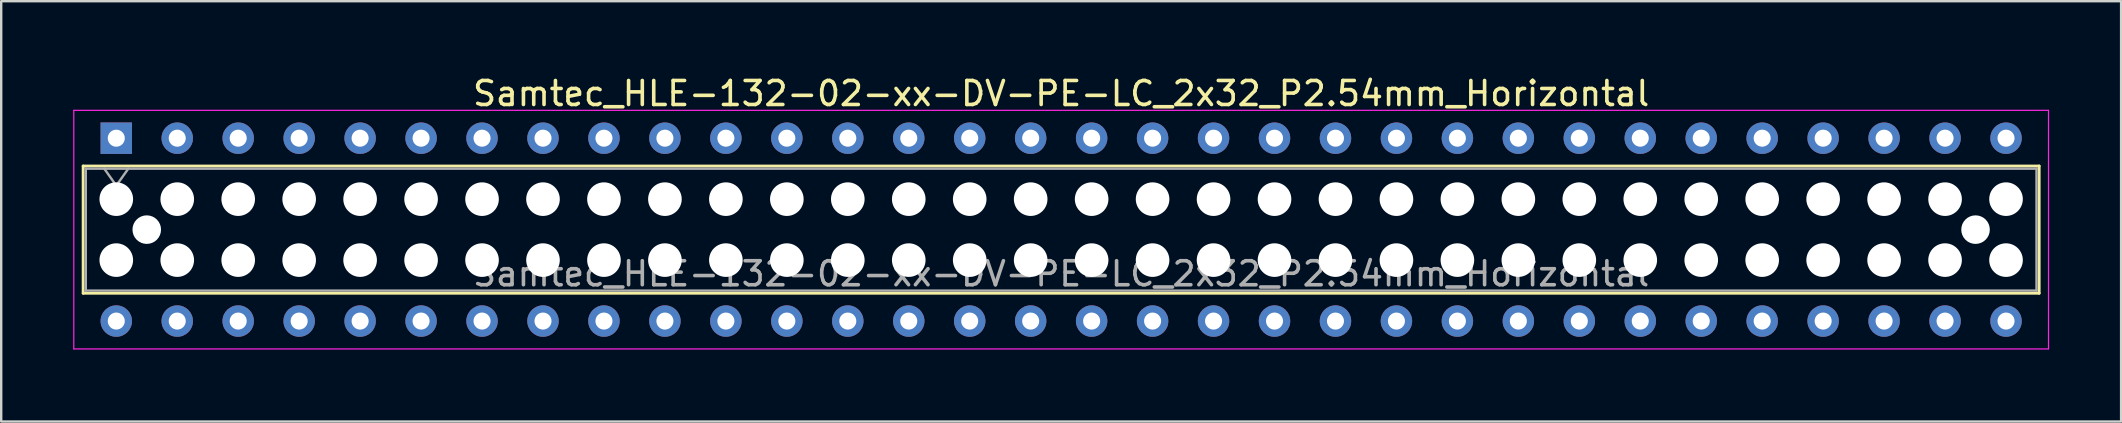
<source format=kicad_pcb>
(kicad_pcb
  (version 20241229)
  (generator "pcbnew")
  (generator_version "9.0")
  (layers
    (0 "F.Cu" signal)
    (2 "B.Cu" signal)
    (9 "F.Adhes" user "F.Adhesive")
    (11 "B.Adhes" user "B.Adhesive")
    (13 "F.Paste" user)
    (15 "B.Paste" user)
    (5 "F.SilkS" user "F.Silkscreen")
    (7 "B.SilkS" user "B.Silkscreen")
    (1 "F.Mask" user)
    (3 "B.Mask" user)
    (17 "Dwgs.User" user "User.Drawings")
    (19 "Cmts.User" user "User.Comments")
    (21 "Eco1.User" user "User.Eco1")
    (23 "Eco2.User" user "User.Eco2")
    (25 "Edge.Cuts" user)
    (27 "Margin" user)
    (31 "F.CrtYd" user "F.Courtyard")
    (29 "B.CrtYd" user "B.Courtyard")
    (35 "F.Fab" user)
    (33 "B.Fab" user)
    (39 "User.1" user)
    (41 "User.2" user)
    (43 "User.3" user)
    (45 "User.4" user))
  (footprint "Samtec_HLE-132-02-xx-DV-PE-LC_2x32_P2.54mm_Horizontal"
    (layer "F.Cu")
    (at 1.795 2.708)
    (property "Reference" "Samtec_HLE-132-02-xx-DV-PE-LC_2x32_P2.54mm_Horizontal" (at 39.37 -1.86 0) (layer "F.SilkS") (effects (font (size 1 1) (thickness 0.15))))
    (attr through_hole)
    (fp_line (start -1.38 1.16) (end 80.12 1.16) (stroke (width 0.12) (type solid)) (layer "F.SilkS"))
    (fp_line (start -1.38 6.46) (end -1.38 1.16) (stroke (width 0.12) (type solid)) (layer "F.SilkS"))
    (fp_line (start 80.12 1.16) (end 80.12 6.46) (stroke (width 0.12) (type solid)) (layer "F.SilkS"))
    (fp_line (start 80.12 6.46) (end -1.38 6.46) (stroke (width 0.12) (type solid)) (layer "F.SilkS"))
    (fp_line (start -1.77 -1.16) (end 80.51 -1.16) (stroke (width 0.05) (type solid)) (layer "F.CrtYd"))
    (fp_line (start -1.77 8.78) (end -1.77 -1.16) (stroke (width 0.05) (type solid)) (layer "F.CrtYd"))
    (fp_line (start 80.51 -1.16) (end 80.51 8.78) (stroke (width 0.05) (type solid)) (layer "F.CrtYd"))
    (fp_line (start 80.51 8.78) (end -1.77 8.78) (stroke (width 0.05) (type solid)) (layer "F.CrtYd"))
    (fp_line (start -1.27 1.27) (end 80.01 1.27) (stroke (width 0.1) (type solid)) (layer "F.Fab"))
    (fp_line (start -1.27 6.35) (end -1.27 1.27) (stroke (width 0.1) (type solid)) (layer "F.Fab"))
    (fp_line (start -0.5 1.27) (end 0 1.977) (stroke (width 0.1) (type solid)) (layer "F.Fab"))
    (fp_line (start 0 1.977) (end 0.5 1.27) (stroke (width 0.1) (type solid)) (layer "F.Fab"))
    (fp_line (start 80.01 1.27) (end 80.01 6.35) (stroke (width 0.1) (type solid)) (layer "F.Fab"))
    (fp_line (start 80.01 6.35) (end -1.27 6.35) (stroke (width 0.1) (type solid)) (layer "F.Fab"))
    (fp_text user "${REFERENCE}" (at 39.37 5.65 0) (layer "F.Fab") (effects (font (size 1 1) (thickness 0.15))))
    (pad "" np_thru_hole circle (at 0 2.54) (size 1.4 1.4) (drill 1.4) (layers "*.Cu" "*.Mask"))
    (pad "" np_thru_hole circle (at 0 5.08) (size 1.4 1.4) (drill 1.4) (layers "*.Cu" "*.Mask"))
    (pad "" np_thru_hole circle (at 1.27 3.81) (size 1.19 1.19) (drill 1.19) (layers "*.Cu" "*.Mask"))
    (pad "" np_thru_hole circle (at 2.54 2.54) (size 1.4 1.4) (drill 1.4) (layers "*.Cu" "*.Mask"))
    (pad "" np_thru_hole circle (at 2.54 5.08) (size 1.4 1.4) (drill 1.4) (layers "*.Cu" "*.Mask"))
    (pad "" np_thru_hole circle (at 5.08 2.54) (size 1.4 1.4) (drill 1.4) (layers "*.Cu" "*.Mask"))
    (pad "" np_thru_hole circle (at 5.08 5.08) (size 1.4 1.4) (drill 1.4) (layers "*.Cu" "*.Mask"))
    (pad "" np_thru_hole circle (at 7.62 2.54) (size 1.4 1.4) (drill 1.4) (layers "*.Cu" "*.Mask"))
    (pad "" np_thru_hole circle (at 7.62 5.08) (size 1.4 1.4) (drill 1.4) (layers "*.Cu" "*.Mask"))
    (pad "" np_thru_hole circle (at 10.16 2.54) (size 1.4 1.4) (drill 1.4) (layers "*.Cu" "*.Mask"))
    (pad "" np_thru_hole circle (at 10.16 5.08) (size 1.4 1.4) (drill 1.4) (layers "*.Cu" "*.Mask"))
    (pad "" np_thru_hole circle (at 12.7 2.54) (size 1.4 1.4) (drill 1.4) (layers "*.Cu" "*.Mask"))
    (pad "" np_thru_hole circle (at 12.7 5.08) (size 1.4 1.4) (drill 1.4) (layers "*.Cu" "*.Mask"))
    (pad "" np_thru_hole circle (at 15.24 2.54) (size 1.4 1.4) (drill 1.4) (layers "*.Cu" "*.Mask"))
    (pad "" np_thru_hole circle (at 15.24 5.08) (size 1.4 1.4) (drill 1.4) (layers "*.Cu" "*.Mask"))
    (pad "" np_thru_hole circle (at 17.78 2.54) (size 1.4 1.4) (drill 1.4) (layers "*.Cu" "*.Mask"))
    (pad "" np_thru_hole circle (at 17.78 5.08) (size 1.4 1.4) (drill 1.4) (layers "*.Cu" "*.Mask"))
    (pad "" np_thru_hole circle (at 20.32 2.54) (size 1.4 1.4) (drill 1.4) (layers "*.Cu" "*.Mask"))
    (pad "" np_thru_hole circle (at 20.32 5.08) (size 1.4 1.4) (drill 1.4) (layers "*.Cu" "*.Mask"))
    (pad "" np_thru_hole circle (at 22.86 2.54) (size 1.4 1.4) (drill 1.4) (layers "*.Cu" "*.Mask"))
    (pad "" np_thru_hole circle (at 22.86 5.08) (size 1.4 1.4) (drill 1.4) (layers "*.Cu" "*.Mask"))
    (pad "" np_thru_hole circle (at 25.4 2.54) (size 1.4 1.4) (drill 1.4) (layers "*.Cu" "*.Mask"))
    (pad "" np_thru_hole circle (at 25.4 5.08) (size 1.4 1.4) (drill 1.4) (layers "*.Cu" "*.Mask"))
    (pad "" np_thru_hole circle (at 27.94 2.54) (size 1.4 1.4) (drill 1.4) (layers "*.Cu" "*.Mask"))
    (pad "" np_thru_hole circle (at 27.94 5.08) (size 1.4 1.4) (drill 1.4) (layers "*.Cu" "*.Mask"))
    (pad "" np_thru_hole circle (at 30.48 2.54) (size 1.4 1.4) (drill 1.4) (layers "*.Cu" "*.Mask"))
    (pad "" np_thru_hole circle (at 30.48 5.08) (size 1.4 1.4) (drill 1.4) (layers "*.Cu" "*.Mask"))
    (pad "" np_thru_hole circle (at 33.02 2.54) (size 1.4 1.4) (drill 1.4) (layers "*.Cu" "*.Mask"))
    (pad "" np_thru_hole circle (at 33.02 5.08) (size 1.4 1.4) (drill 1.4) (layers "*.Cu" "*.Mask"))
    (pad "" np_thru_hole circle (at 35.56 2.54) (size 1.4 1.4) (drill 1.4) (layers "*.Cu" "*.Mask"))
    (pad "" np_thru_hole circle (at 35.56 5.08) (size 1.4 1.4) (drill 1.4) (layers "*.Cu" "*.Mask"))
    (pad "" np_thru_hole circle (at 38.1 2.54) (size 1.4 1.4) (drill 1.4) (layers "*.Cu" "*.Mask"))
    (pad "" np_thru_hole circle (at 38.1 5.08) (size 1.4 1.4) (drill 1.4) (layers "*.Cu" "*.Mask"))
    (pad "" np_thru_hole circle (at 40.64 2.54) (size 1.4 1.4) (drill 1.4) (layers "*.Cu" "*.Mask"))
    (pad "" np_thru_hole circle (at 40.64 5.08) (size 1.4 1.4) (drill 1.4) (layers "*.Cu" "*.Mask"))
    (pad "" np_thru_hole circle (at 43.18 2.54) (size 1.4 1.4) (drill 1.4) (layers "*.Cu" "*.Mask"))
    (pad "" np_thru_hole circle (at 43.18 5.08) (size 1.4 1.4) (drill 1.4) (layers "*.Cu" "*.Mask"))
    (pad "" np_thru_hole circle (at 45.72 2.54) (size 1.4 1.4) (drill 1.4) (layers "*.Cu" "*.Mask"))
    (pad "" np_thru_hole circle (at 45.72 5.08) (size 1.4 1.4) (drill 1.4) (layers "*.Cu" "*.Mask"))
    (pad "" np_thru_hole circle (at 48.26 2.54) (size 1.4 1.4) (drill 1.4) (layers "*.Cu" "*.Mask"))
    (pad "" np_thru_hole circle (at 48.26 5.08) (size 1.4 1.4) (drill 1.4) (layers "*.Cu" "*.Mask"))
    (pad "" np_thru_hole circle (at 50.8 2.54) (size 1.4 1.4) (drill 1.4) (layers "*.Cu" "*.Mask"))
    (pad "" np_thru_hole circle (at 50.8 5.08) (size 1.4 1.4) (drill 1.4) (layers "*.Cu" "*.Mask"))
    (pad "" np_thru_hole circle (at 53.34 2.54) (size 1.4 1.4) (drill 1.4) (layers "*.Cu" "*.Mask"))
    (pad "" np_thru_hole circle (at 53.34 5.08) (size 1.4 1.4) (drill 1.4) (layers "*.Cu" "*.Mask"))
    (pad "" np_thru_hole circle (at 55.88 2.54) (size 1.4 1.4) (drill 1.4) (layers "*.Cu" "*.Mask"))
    (pad "" np_thru_hole circle (at 55.88 5.08) (size 1.4 1.4) (drill 1.4) (layers "*.Cu" "*.Mask"))
    (pad "" np_thru_hole circle (at 58.42 2.54) (size 1.4 1.4) (drill 1.4) (layers "*.Cu" "*.Mask"))
    (pad "" np_thru_hole circle (at 58.42 5.08) (size 1.4 1.4) (drill 1.4) (layers "*.Cu" "*.Mask"))
    (pad "" np_thru_hole circle (at 60.96 2.54) (size 1.4 1.4) (drill 1.4) (layers "*.Cu" "*.Mask"))
    (pad "" np_thru_hole circle (at 60.96 5.08) (size 1.4 1.4) (drill 1.4) (layers "*.Cu" "*.Mask"))
    (pad "" np_thru_hole circle (at 63.5 2.54) (size 1.4 1.4) (drill 1.4) (layers "*.Cu" "*.Mask"))
    (pad "" np_thru_hole circle (at 63.5 5.08) (size 1.4 1.4) (drill 1.4) (layers "*.Cu" "*.Mask"))
    (pad "" np_thru_hole circle (at 66.04 2.54) (size 1.4 1.4) (drill 1.4) (layers "*.Cu" "*.Mask"))
    (pad "" np_thru_hole circle (at 66.04 5.08) (size 1.4 1.4) (drill 1.4) (layers "*.Cu" "*.Mask"))
    (pad "" np_thru_hole circle (at 68.58 2.54) (size 1.4 1.4) (drill 1.4) (layers "*.Cu" "*.Mask"))
    (pad "" np_thru_hole circle (at 68.58 5.08) (size 1.4 1.4) (drill 1.4) (layers "*.Cu" "*.Mask"))
    (pad "" np_thru_hole circle (at 71.12 2.54) (size 1.4 1.4) (drill 1.4) (layers "*.Cu" "*.Mask"))
    (pad "" np_thru_hole circle (at 71.12 5.08) (size 1.4 1.4) (drill 1.4) (layers "*.Cu" "*.Mask"))
    (pad "" np_thru_hole circle (at 73.66 2.54) (size 1.4 1.4) (drill 1.4) (layers "*.Cu" "*.Mask"))
    (pad "" np_thru_hole circle (at 73.66 5.08) (size 1.4 1.4) (drill 1.4) (layers "*.Cu" "*.Mask"))
    (pad "" np_thru_hole circle (at 76.2 2.54) (size 1.4 1.4) (drill 1.4) (layers "*.Cu" "*.Mask"))
    (pad "" np_thru_hole circle (at 76.2 5.08) (size 1.4 1.4) (drill 1.4) (layers "*.Cu" "*.Mask"))
    (pad "" np_thru_hole circle (at 77.47 3.81) (size 1.19 1.19) (drill 1.19) (layers "*.Cu" "*.Mask"))
    (pad "" np_thru_hole circle (at 78.74 2.54) (size 1.4 1.4) (drill 1.4) (layers "*.Cu" "*.Mask"))
    (pad "" np_thru_hole circle (at 78.74 5.08) (size 1.4 1.4) (drill 1.4) (layers "*.Cu" "*.Mask"))
    (pad "1" thru_hole rect (at 0 0) (size 1.31 1.31) (drill 0.71) (layers "*.Cu" "*.Mask"))
    (pad "2" thru_hole circle (at 0 7.62) (size 1.31 1.31) (drill 0.71) (layers "*.Cu" "*.Mask"))
    (pad "3" thru_hole circle (at 2.54 0) (size 1.31 1.31) (drill 0.71) (layers "*.Cu" "*.Mask"))
    (pad "4" thru_hole circle (at 2.54 7.62) (size 1.31 1.31) (drill 0.71) (layers "*.Cu" "*.Mask"))
    (pad "5" thru_hole circle (at 5.08 0) (size 1.31 1.31) (drill 0.71) (layers "*.Cu" "*.Mask"))
    (pad "6" thru_hole circle (at 5.08 7.62) (size 1.31 1.31) (drill 0.71) (layers "*.Cu" "*.Mask"))
    (pad "7" thru_hole circle (at 7.62 0) (size 1.31 1.31) (drill 0.71) (layers "*.Cu" "*.Mask"))
    (pad "8" thru_hole circle (at 7.62 7.62) (size 1.31 1.31) (drill 0.71) (layers "*.Cu" "*.Mask"))
    (pad "9" thru_hole circle (at 10.16 0) (size 1.31 1.31) (drill 0.71) (layers "*.Cu" "*.Mask"))
    (pad "10" thru_hole circle (at 10.16 7.62) (size 1.31 1.31) (drill 0.71) (layers "*.Cu" "*.Mask"))
    (pad "11" thru_hole circle (at 12.7 0) (size 1.31 1.31) (drill 0.71) (layers "*.Cu" "*.Mask"))
    (pad "12" thru_hole circle (at 12.7 7.62) (size 1.31 1.31) (drill 0.71) (layers "*.Cu" "*.Mask"))
    (pad "13" thru_hole circle (at 15.24 0) (size 1.31 1.31) (drill 0.71) (layers "*.Cu" "*.Mask"))
    (pad "14" thru_hole circle (at 15.24 7.62) (size 1.31 1.31) (drill 0.71) (layers "*.Cu" "*.Mask"))
    (pad "15" thru_hole circle (at 17.78 0) (size 1.31 1.31) (drill 0.71) (layers "*.Cu" "*.Mask"))
    (pad "16" thru_hole circle (at 17.78 7.62) (size 1.31 1.31) (drill 0.71) (layers "*.Cu" "*.Mask"))
    (pad "17" thru_hole circle (at 20.32 0) (size 1.31 1.31) (drill 0.71) (layers "*.Cu" "*.Mask"))
    (pad "18" thru_hole circle (at 20.32 7.62) (size 1.31 1.31) (drill 0.71) (layers "*.Cu" "*.Mask"))
    (pad "19" thru_hole circle (at 22.86 0) (size 1.31 1.31) (drill 0.71) (layers "*.Cu" "*.Mask"))
    (pad "20" thru_hole circle (at 22.86 7.62) (size 1.31 1.31) (drill 0.71) (layers "*.Cu" "*.Mask"))
    (pad "21" thru_hole circle (at 25.4 0) (size 1.31 1.31) (drill 0.71) (layers "*.Cu" "*.Mask"))
    (pad "22" thru_hole circle (at 25.4 7.62) (size 1.31 1.31) (drill 0.71) (layers "*.Cu" "*.Mask"))
    (pad "23" thru_hole circle (at 27.94 0) (size 1.31 1.31) (drill 0.71) (layers "*.Cu" "*.Mask"))
    (pad "24" thru_hole circle (at 27.94 7.62) (size 1.31 1.31) (drill 0.71) (layers "*.Cu" "*.Mask"))
    (pad "25" thru_hole circle (at 30.48 0) (size 1.31 1.31) (drill 0.71) (layers "*.Cu" "*.Mask"))
    (pad "26" thru_hole circle (at 30.48 7.62) (size 1.31 1.31) (drill 0.71) (layers "*.Cu" "*.Mask"))
    (pad "27" thru_hole circle (at 33.02 0) (size 1.31 1.31) (drill 0.71) (layers "*.Cu" "*.Mask"))
    (pad "28" thru_hole circle (at 33.02 7.62) (size 1.31 1.31) (drill 0.71) (layers "*.Cu" "*.Mask"))
    (pad "29" thru_hole circle (at 35.56 0) (size 1.31 1.31) (drill 0.71) (layers "*.Cu" "*.Mask"))
    (pad "30" thru_hole circle (at 35.56 7.62) (size 1.31 1.31) (drill 0.71) (layers "*.Cu" "*.Mask"))
    (pad "31" thru_hole circle (at 38.1 0) (size 1.31 1.31) (drill 0.71) (layers "*.Cu" "*.Mask"))
    (pad "32" thru_hole circle (at 38.1 7.62) (size 1.31 1.31) (drill 0.71) (layers "*.Cu" "*.Mask"))
    (pad "33" thru_hole circle (at 40.64 0) (size 1.31 1.31) (drill 0.71) (layers "*.Cu" "*.Mask"))
    (pad "34" thru_hole circle (at 40.64 7.62) (size 1.31 1.31) (drill 0.71) (layers "*.Cu" "*.Mask"))
    (pad "35" thru_hole circle (at 43.18 0) (size 1.31 1.31) (drill 0.71) (layers "*.Cu" "*.Mask"))
    (pad "36" thru_hole circle (at 43.18 7.62) (size 1.31 1.31) (drill 0.71) (layers "*.Cu" "*.Mask"))
    (pad "37" thru_hole circle (at 45.72 0) (size 1.31 1.31) (drill 0.71) (layers "*.Cu" "*.Mask"))
    (pad "38" thru_hole circle (at 45.72 7.62) (size 1.31 1.31) (drill 0.71) (layers "*.Cu" "*.Mask"))
    (pad "39" thru_hole circle (at 48.26 0) (size 1.31 1.31) (drill 0.71) (layers "*.Cu" "*.Mask"))
    (pad "40" thru_hole circle (at 48.26 7.62) (size 1.31 1.31) (drill 0.71) (layers "*.Cu" "*.Mask"))
    (pad "41" thru_hole circle (at 50.8 0) (size 1.31 1.31) (drill 0.71) (layers "*.Cu" "*.Mask"))
    (pad "42" thru_hole circle (at 50.8 7.62) (size 1.31 1.31) (drill 0.71) (layers "*.Cu" "*.Mask"))
    (pad "43" thru_hole circle (at 53.34 0) (size 1.31 1.31) (drill 0.71) (layers "*.Cu" "*.Mask"))
    (pad "44" thru_hole circle (at 53.34 7.62) (size 1.31 1.31) (drill 0.71) (layers "*.Cu" "*.Mask"))
    (pad "45" thru_hole circle (at 55.88 0) (size 1.31 1.31) (drill 0.71) (layers "*.Cu" "*.Mask"))
    (pad "46" thru_hole circle (at 55.88 7.62) (size 1.31 1.31) (drill 0.71) (layers "*.Cu" "*.Mask"))
    (pad "47" thru_hole circle (at 58.42 0) (size 1.31 1.31) (drill 0.71) (layers "*.Cu" "*.Mask"))
    (pad "48" thru_hole circle (at 58.42 7.62) (size 1.31 1.31) (drill 0.71) (layers "*.Cu" "*.Mask"))
    (pad "49" thru_hole circle (at 60.96 0) (size 1.31 1.31) (drill 0.71) (layers "*.Cu" "*.Mask"))
    (pad "50" thru_hole circle (at 60.96 7.62) (size 1.31 1.31) (drill 0.71) (layers "*.Cu" "*.Mask"))
    (pad "51" thru_hole circle (at 63.5 0) (size 1.31 1.31) (drill 0.71) (layers "*.Cu" "*.Mask"))
    (pad "52" thru_hole circle (at 63.5 7.62) (size 1.31 1.31) (drill 0.71) (layers "*.Cu" "*.Mask"))
    (pad "53" thru_hole circle (at 66.04 0) (size 1.31 1.31) (drill 0.71) (layers "*.Cu" "*.Mask"))
    (pad "54" thru_hole circle (at 66.04 7.62) (size 1.31 1.31) (drill 0.71) (layers "*.Cu" "*.Mask"))
    (pad "55" thru_hole circle (at 68.58 0) (size 1.31 1.31) (drill 0.71) (layers "*.Cu" "*.Mask"))
    (pad "56" thru_hole circle (at 68.58 7.62) (size 1.31 1.31) (drill 0.71) (layers "*.Cu" "*.Mask"))
    (pad "57" thru_hole circle (at 71.12 0) (size 1.31 1.31) (drill 0.71) (layers "*.Cu" "*.Mask"))
    (pad "58" thru_hole circle (at 71.12 7.62) (size 1.31 1.31) (drill 0.71) (layers "*.Cu" "*.Mask"))
    (pad "59" thru_hole circle (at 73.66 0) (size 1.31 1.31) (drill 0.71) (layers "*.Cu" "*.Mask"))
    (pad "60" thru_hole circle (at 73.66 7.62) (size 1.31 1.31) (drill 0.71) (layers "*.Cu" "*.Mask"))
    (pad "61" thru_hole circle (at 76.2 0) (size 1.31 1.31) (drill 0.71) (layers "*.Cu" "*.Mask"))
    (pad "62" thru_hole circle (at 76.2 7.62) (size 1.31 1.31) (drill 0.71) (layers "*.Cu" "*.Mask"))
    (pad "63" thru_hole circle (at 78.74 0) (size 1.31 1.31) (drill 0.71) (layers "*.Cu" "*.Mask"))
    (pad "64" thru_hole circle (at 78.74 7.62) (size 1.31 1.31) (drill 0.71) (layers "*.Cu" "*.Mask")))
  (gr_rect
    (start -3 -3)
    (end 85.33 14.513)
    (stroke (width 0.1) (type default))
    (fill no)
    (layer "Edge.Cuts")))
</source>
